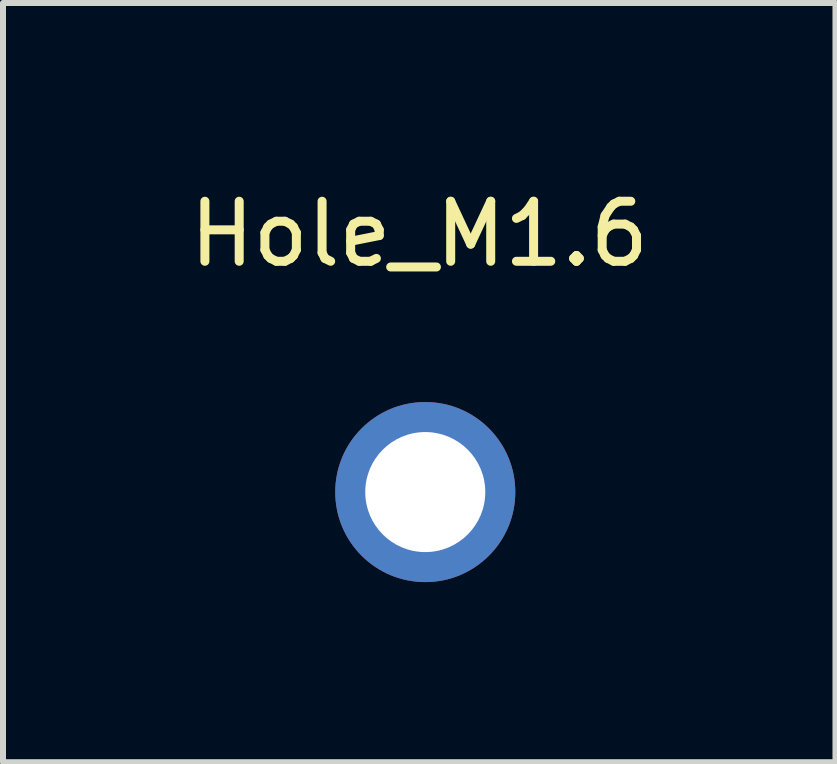
<source format=kicad_pcb>
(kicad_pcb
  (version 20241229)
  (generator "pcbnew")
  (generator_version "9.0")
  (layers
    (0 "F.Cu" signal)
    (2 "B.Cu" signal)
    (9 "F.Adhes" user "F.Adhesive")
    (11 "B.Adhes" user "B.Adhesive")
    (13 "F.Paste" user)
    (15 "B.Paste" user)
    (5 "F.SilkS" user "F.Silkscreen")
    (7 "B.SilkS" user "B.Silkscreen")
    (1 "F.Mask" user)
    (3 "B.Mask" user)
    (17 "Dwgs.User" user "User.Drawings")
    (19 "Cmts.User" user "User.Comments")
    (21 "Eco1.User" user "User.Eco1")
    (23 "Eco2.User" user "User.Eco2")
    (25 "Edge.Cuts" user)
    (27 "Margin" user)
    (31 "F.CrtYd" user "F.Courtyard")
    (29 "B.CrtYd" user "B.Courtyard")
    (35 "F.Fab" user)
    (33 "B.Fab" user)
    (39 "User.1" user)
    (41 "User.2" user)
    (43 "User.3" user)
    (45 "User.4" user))
  (footprint "Hole_M1.6"
    (layer "F.Cu")
    (at 4.035 5.148)
    (property "Reference" "Hole_M1.6" (at -0.1 -4.3 0) (unlocked yes) (layer "F.SilkS") (effects (font (size 1 1) (thickness 0.15))))
    (attr through_hole)
    (pad "" np_thru_hole circle (at 0 0) (size 3 3) (drill 2) (layers "*.Cu" "*.Mask")))
  (gr_rect
    (start -3 -3)
    (end 10.869 9.648)
    (stroke (width 0.1) (type default))
    (fill no)
    (layer "Edge.Cuts")))
</source>
